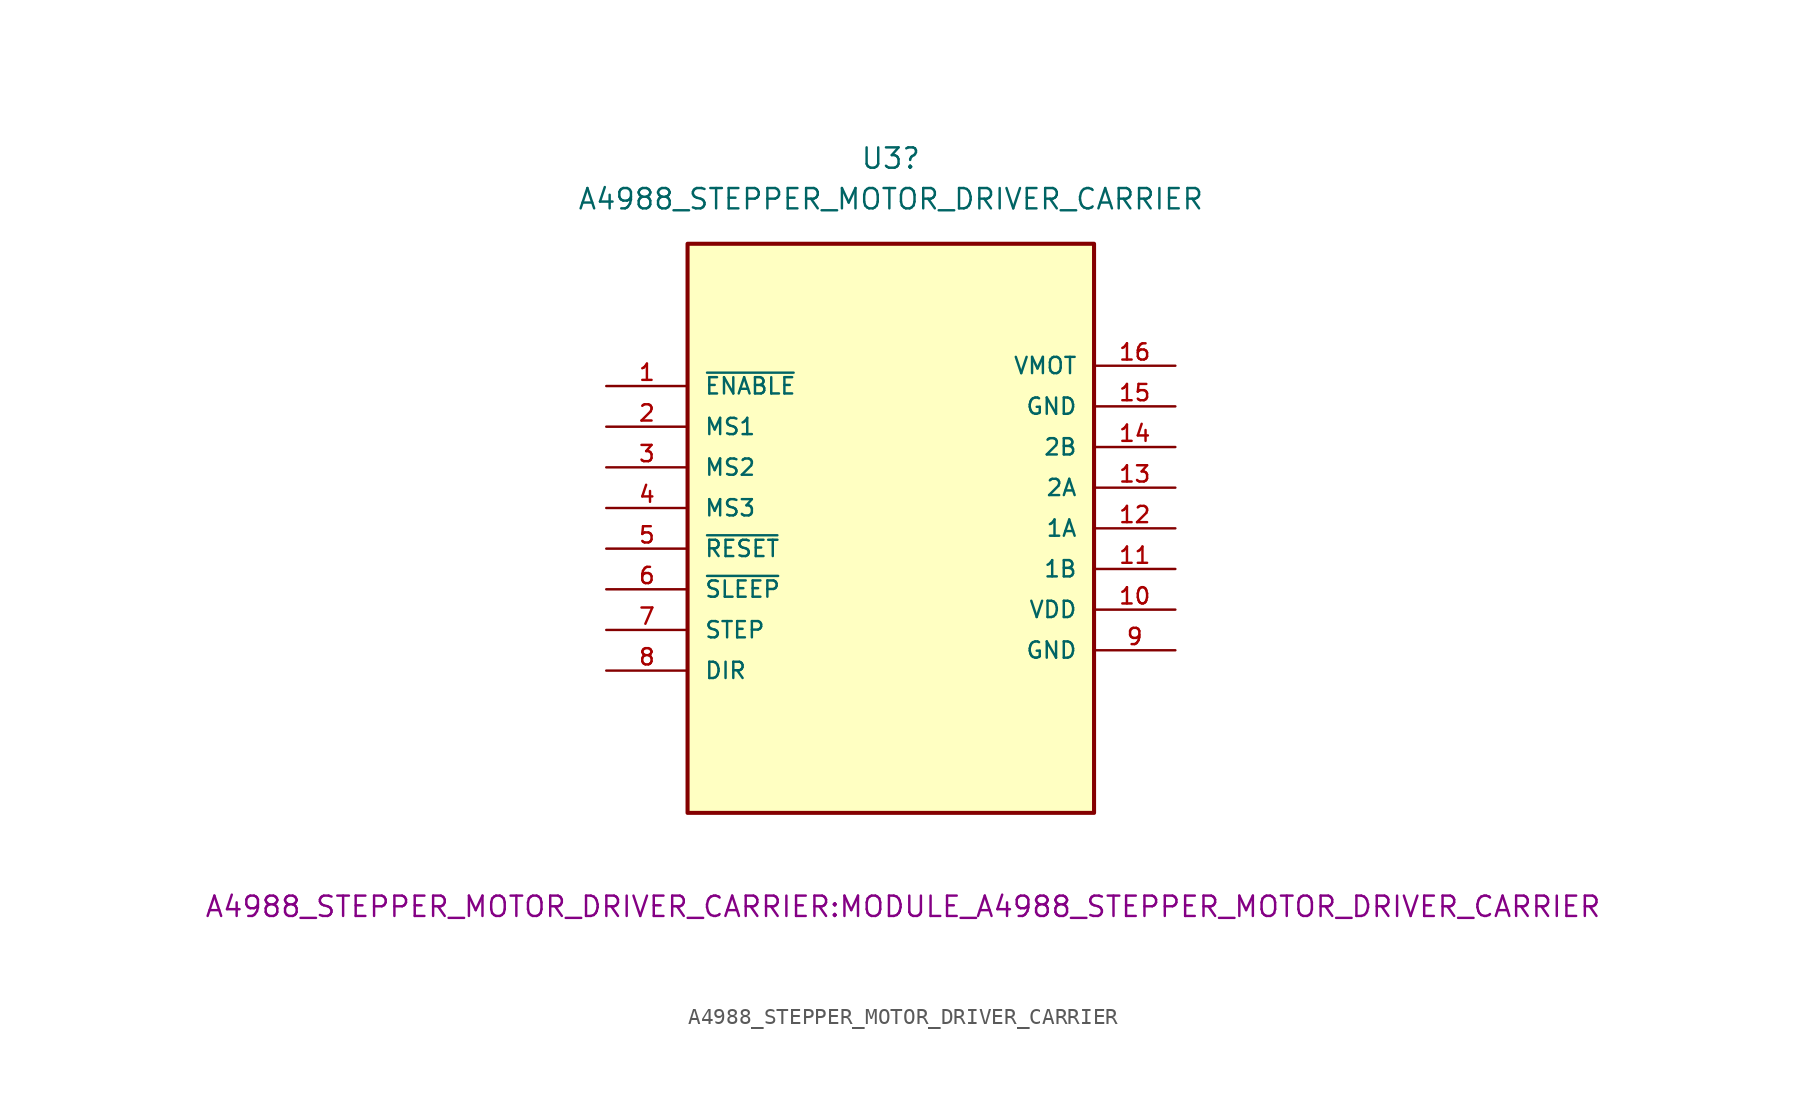
<source format=kicad_sym>
(kicad_symbol_lib
  (version 20231120)
  (generator "kicad_symbol_editor")
  (generator_version "8.0")
  (symbol "A4988_STEPPER_MOTOR_DRIVER_CARRIER"
    (pin_names
      (offset 1.016))
    (property "Reference" "U3"
      (at 0 23.114 0)
      (effects (font (size 1.27 1.27))))
    (property "Value" "A4988_STEPPER_MOTOR_DRIVER_CARRIER"
      (at 0 20.574 0)
      (effects (font (size 1.27 1.27))))
    (property "Footprint" "A4988_STEPPER_MOTOR_DRIVER_CARRIER:MODULE_A4988_STEPPER_MOTOR_DRIVER_CARRIER"
      (at 0.762 -24.384 0)
      (effects (font (size 1.27 1.27)) (justify bottom)))
    (symbol "A4988_STEPPER_MOTOR_DRIVER_CARRIER_0_0"
      (rectangle (start -12.7 17.78) (end 12.7 -17.78) (stroke (width 0.254) (type default)) (fill (type background)))
      (pin input line (at -17.78 8.89 0) (length 5.08) (name "~{ENABLE}" (effects (font (size 1.016 1.016)))) (number "1" (effects (font (size 1.016 1.016)))))
      (pin power_in line (at 17.78 -5.08 180) (length 5.08) (name "VDD" (effects (font (size 1.016 1.016)))) (number "10" (effects (font (size 1.016 1.016)))))
      (pin output line (at 17.78 -2.54 180) (length 5.08) (name "1B" (effects (font (size 1.016 1.016)))) (number "11" (effects (font (size 1.016 1.016)))))
      (pin output line (at 17.78 0 180) (length 5.08) (name "1A" (effects (font (size 1.016 1.016)))) (number "12" (effects (font (size 1.016 1.016)))))
      (pin output line (at 17.78 2.54 180) (length 5.08) (name "2A" (effects (font (size 1.016 1.016)))) (number "13" (effects (font (size 1.016 1.016)))))
      (pin output line (at 17.78 5.08 180) (length 5.08) (name "2B" (effects (font (size 1.016 1.016)))) (number "14" (effects (font (size 1.016 1.016)))))
      (pin power_in line (at 17.78 7.62 180) (length 5.08) (name "GND" (effects (font (size 1.016 1.016)))) (number "15" (effects (font (size 1.016 1.016)))))
      (pin power_in line (at 17.78 10.16 180) (length 5.08) (name "VMOT" (effects (font (size 1.016 1.016)))) (number "16" (effects (font (size 1.016 1.016)))))
      (pin input line (at -17.78 6.35 0) (length 5.08) (name "MS1" (effects (font (size 1.016 1.016)))) (number "2" (effects (font (size 1.016 1.016)))))
      (pin input line (at -17.78 3.81 0) (length 5.08) (name "MS2" (effects (font (size 1.016 1.016)))) (number "3" (effects (font (size 1.016 1.016)))))
      (pin input line (at -17.78 1.27 0) (length 5.08) (name "MS3" (effects (font (size 1.016 1.016)))) (number "4" (effects (font (size 1.016 1.016)))))
      (pin input line (at -17.78 -1.27 0) (length 5.08) (name "~{RESET}" (effects (font (size 1.016 1.016)))) (number "5" (effects (font (size 1.016 1.016)))))
      (pin input line (at -17.78 -3.81 0) (length 5.08) (name "~{SLEEP}" (effects (font (size 1.016 1.016)))) (number "6" (effects (font (size 1.016 1.016)))))
      (pin input line (at -17.78 -6.35 0) (length 5.08) (name "STEP" (effects (font (size 1.016 1.016)))) (number "7" (effects (font (size 1.016 1.016)))))
      (pin input line (at -17.78 -8.89 0) (length 5.08) (name "DIR" (effects (font (size 1.016 1.016)))) (number "8" (effects (font (size 1.016 1.016)))))
      (pin power_in line (at 17.78 -7.62 180) (length 5.08) (name "GND" (effects (font (size 1.016 1.016)))) (number "9" (effects (font (size 1.016 1.016))))))))
</source>
